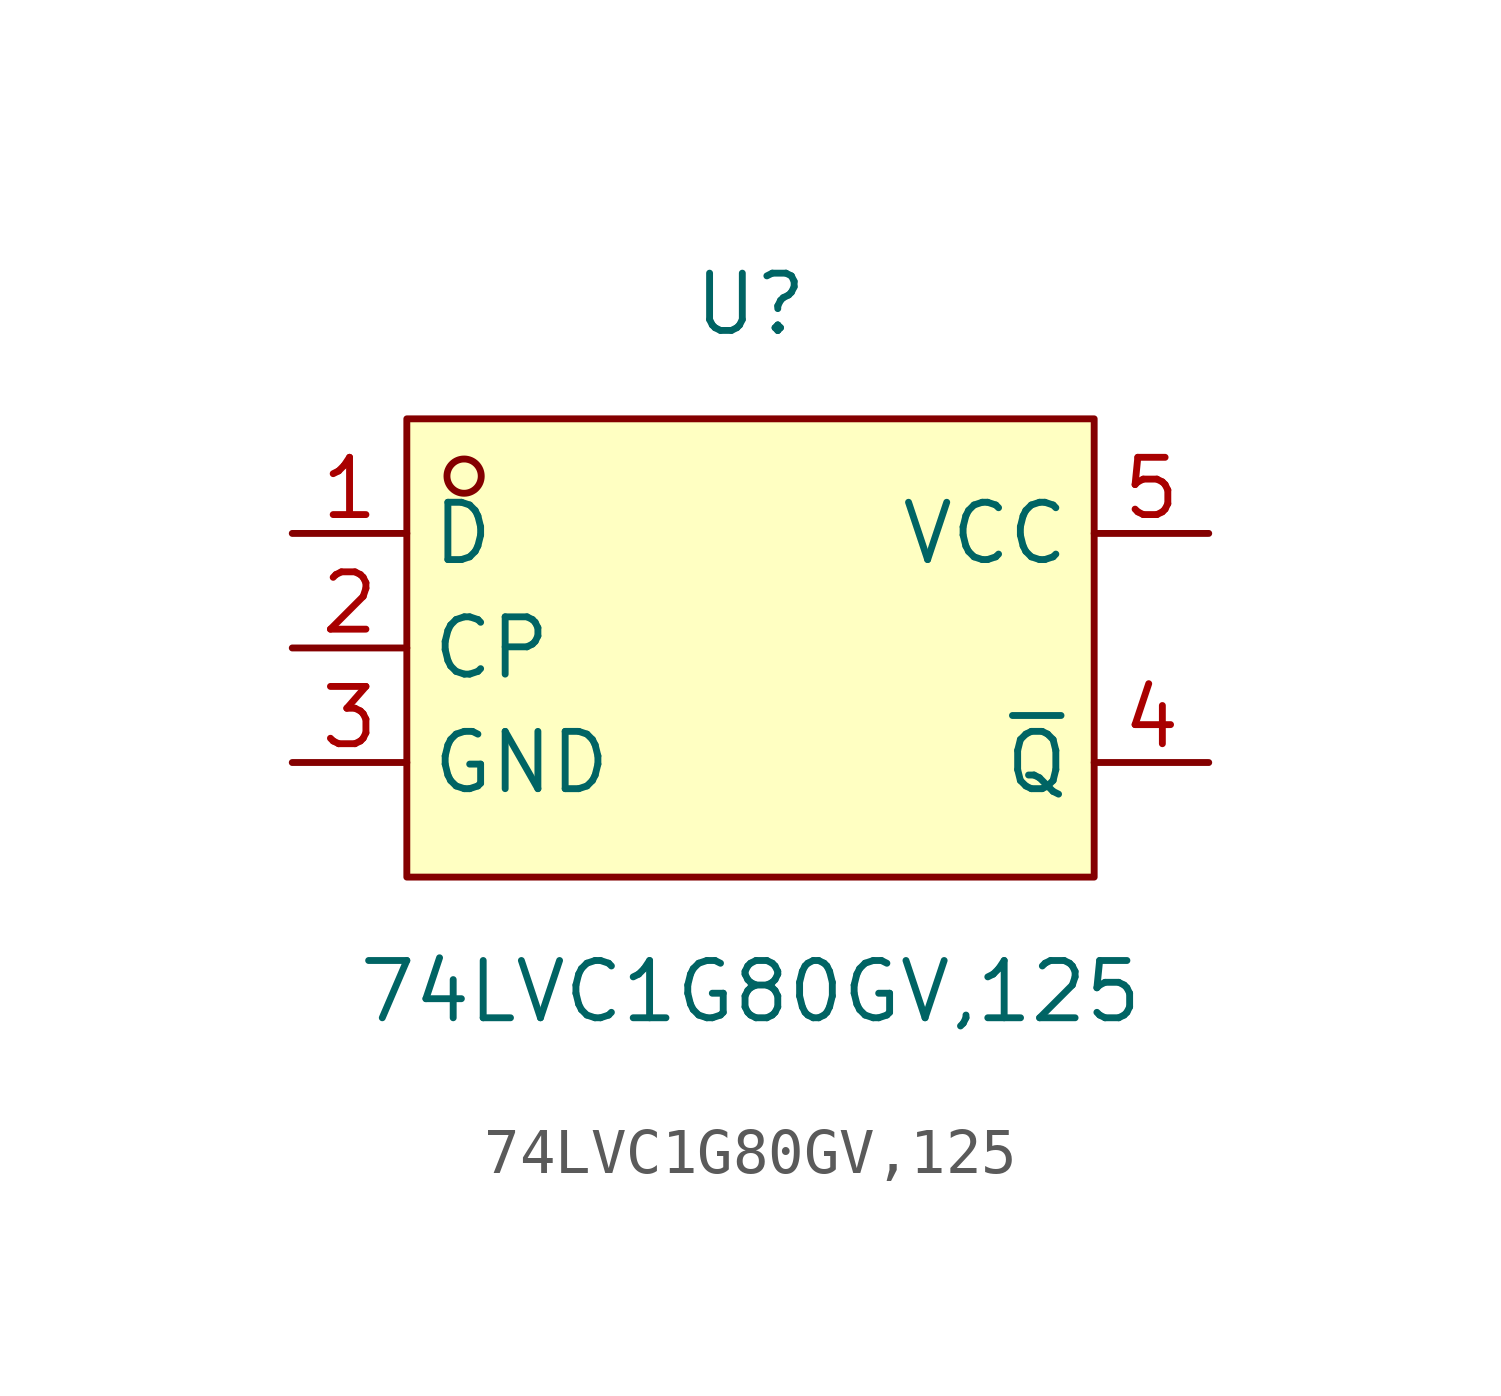
<source format=kicad_sym>
(kicad_symbol_lib
  (version 20211014)
  (generator https://github.com/uPesy/easyeda2kicad.py)
  (symbol "74LVC1G80GV,125"
    (property "Reference" "U"
      (at 0 7.62 0)
      (effects (font (size 1.27 1.27))))
    (property "Value" "74LVC1G80GV,125"
      (at 0 -7.62 0)
      (effects (font (size 1.27 1.27))))
    (symbol "74LVC1G80GV,125_0_1"
      (rectangle (start -7.62 5.08) (end 7.62 -5.08) (stroke (width 0) (type default) (color 0 0 0 0)) (fill (type background)))
      (circle (center -6.35 3.81) (radius 0.38) (stroke (width 0) (type default) (color 0 0 0 0)) (fill (type none)))
      (pin unspecified line (at -10.16 2.54 0) (length 2.54) (name "D" (effects (font (size 1.27 1.27)))) (number "1" (effects (font (size 1.27 1.27)))))
      (pin unspecified line (at -10.16 -0.00 0) (length 2.54) (name "CP" (effects (font (size 1.27 1.27)))) (number "2" (effects (font (size 1.27 1.27)))))
      (pin unspecified line (at -10.16 -2.54 0) (length 2.54) (name "GND" (effects (font (size 1.27 1.27)))) (number "3" (effects (font (size 1.27 1.27)))))
      (pin unspecified line (at 10.16 -2.54 180) (length 2.54) (name "~{Q}" (effects (font (size 1.27 1.27)))) (number "4" (effects (font (size 1.27 1.27)))))
      (pin unspecified line (at 10.16 2.54 180) (length 2.54) (name "VCC" (effects (font (size 1.27 1.27)))) (number "5" (effects (font (size 1.27 1.27))))))))
</source>
